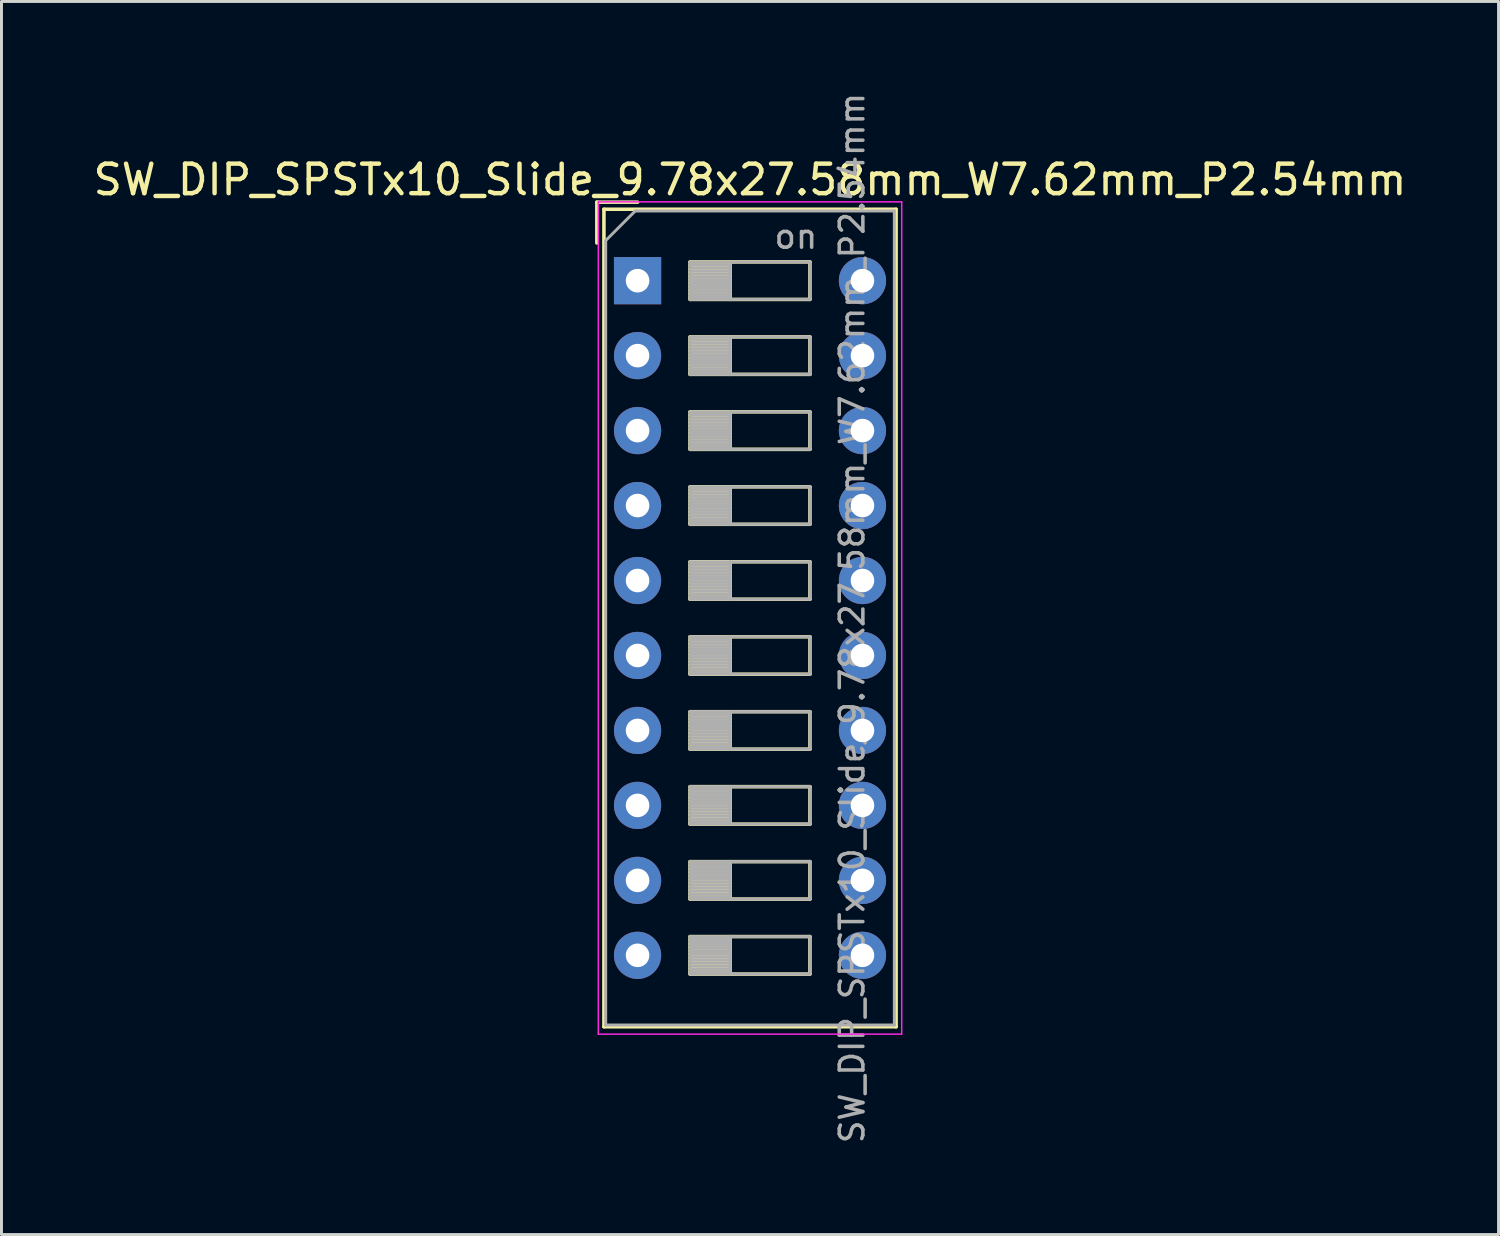
<source format=kicad_pcb>
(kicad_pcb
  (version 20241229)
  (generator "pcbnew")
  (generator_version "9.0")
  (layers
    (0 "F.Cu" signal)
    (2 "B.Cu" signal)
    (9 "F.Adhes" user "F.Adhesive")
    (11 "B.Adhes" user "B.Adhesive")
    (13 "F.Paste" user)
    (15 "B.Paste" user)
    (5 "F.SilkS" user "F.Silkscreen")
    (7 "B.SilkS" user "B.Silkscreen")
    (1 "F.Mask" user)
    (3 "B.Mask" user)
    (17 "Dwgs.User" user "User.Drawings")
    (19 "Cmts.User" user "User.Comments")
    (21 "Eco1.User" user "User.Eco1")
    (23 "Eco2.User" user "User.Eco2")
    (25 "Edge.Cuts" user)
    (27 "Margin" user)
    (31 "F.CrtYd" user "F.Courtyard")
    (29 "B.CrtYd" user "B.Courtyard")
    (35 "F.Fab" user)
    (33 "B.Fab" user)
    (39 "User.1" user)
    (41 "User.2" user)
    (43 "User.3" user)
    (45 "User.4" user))
  (footprint "SW_DIP_SPSTx10_Slide_9.78x27.58mm_W7.62mm_P2.54mm"
    (layer "F.Cu")
    (at 18.553 6.46)
    (property "Reference" "SW_DIP_SPSTx10_Slide_9.78x27.58mm_W7.62mm_P2.54mm" (at 3.81 -3.42 0) (layer "F.SilkS") (effects (font (size 1 1) (thickness 0.15))))
    (attr through_hole)
    (fp_line (start -1.38 -2.66) (end -1.38 -1.277) (stroke (width 0.12) (type solid)) (layer "F.SilkS"))
    (fp_line (start -1.38 -2.66) (end 0.003 -2.66) (stroke (width 0.12) (type solid)) (layer "F.SilkS"))
    (fp_line (start -1.14 -2.42) (end -1.14 25.28) (stroke (width 0.12) (type solid)) (layer "F.SilkS"))
    (fp_line (start -1.14 -2.42) (end 8.76 -2.42) (stroke (width 0.12) (type solid)) (layer "F.SilkS"))
    (fp_line (start -1.14 25.28) (end 8.76 25.28) (stroke (width 0.12) (type solid)) (layer "F.SilkS"))
    (fp_line (start 1.78 -0.635) (end 1.78 0.635) (stroke (width 0.12) (type solid)) (layer "F.SilkS"))
    (fp_line (start 1.78 -0.515) (end 3.133 -0.515) (stroke (width 0.12) (type solid)) (layer "F.SilkS"))
    (fp_line (start 1.78 -0.395) (end 3.133 -0.395) (stroke (width 0.12) (type solid)) (layer "F.SilkS"))
    (fp_line (start 1.78 -0.275) (end 3.133 -0.275) (stroke (width 0.12) (type solid)) (layer "F.SilkS"))
    (fp_line (start 1.78 -0.155) (end 3.133 -0.155) (stroke (width 0.12) (type solid)) (layer "F.SilkS"))
    (fp_line (start 1.78 -0.035) (end 3.133 -0.035) (stroke (width 0.12) (type solid)) (layer "F.SilkS"))
    (fp_line (start 1.78 0.085) (end 3.133 0.085) (stroke (width 0.12) (type solid)) (layer "F.SilkS"))
    (fp_line (start 1.78 0.205) (end 3.133 0.205) (stroke (width 0.12) (type solid)) (layer "F.SilkS"))
    (fp_line (start 1.78 0.325) (end 3.133 0.325) (stroke (width 0.12) (type solid)) (layer "F.SilkS"))
    (fp_line (start 1.78 0.445) (end 3.133 0.445) (stroke (width 0.12) (type solid)) (layer "F.SilkS"))
    (fp_line (start 1.78 0.565) (end 3.133 0.565) (stroke (width 0.12) (type solid)) (layer "F.SilkS"))
    (fp_line (start 1.78 0.635) (end 5.84 0.635) (stroke (width 0.12) (type solid)) (layer "F.SilkS"))
    (fp_line (start 1.78 1.905) (end 1.78 3.175) (stroke (width 0.12) (type solid)) (layer "F.SilkS"))
    (fp_line (start 1.78 2.025) (end 3.133 2.025) (stroke (width 0.12) (type solid)) (layer "F.SilkS"))
    (fp_line (start 1.78 2.145) (end 3.133 2.145) (stroke (width 0.12) (type solid)) (layer "F.SilkS"))
    (fp_line (start 1.78 2.265) (end 3.133 2.265) (stroke (width 0.12) (type solid)) (layer "F.SilkS"))
    (fp_line (start 1.78 2.385) (end 3.133 2.385) (stroke (width 0.12) (type solid)) (layer "F.SilkS"))
    (fp_line (start 1.78 2.505) (end 3.133 2.505) (stroke (width 0.12) (type solid)) (layer "F.SilkS"))
    (fp_line (start 1.78 2.625) (end 3.133 2.625) (stroke (width 0.12) (type solid)) (layer "F.SilkS"))
    (fp_line (start 1.78 2.745) (end 3.133 2.745) (stroke (width 0.12) (type solid)) (layer "F.SilkS"))
    (fp_line (start 1.78 2.865) (end 3.133 2.865) (stroke (width 0.12) (type solid)) (layer "F.SilkS"))
    (fp_line (start 1.78 2.985) (end 3.133 2.985) (stroke (width 0.12) (type solid)) (layer "F.SilkS"))
    (fp_line (start 1.78 3.105) (end 3.133 3.105) (stroke (width 0.12) (type solid)) (layer "F.SilkS"))
    (fp_line (start 1.78 3.175) (end 5.84 3.175) (stroke (width 0.12) (type solid)) (layer "F.SilkS"))
    (fp_line (start 1.78 4.445) (end 1.78 5.715) (stroke (width 0.12) (type solid)) (layer "F.SilkS"))
    (fp_line (start 1.78 4.565) (end 3.133 4.565) (stroke (width 0.12) (type solid)) (layer "F.SilkS"))
    (fp_line (start 1.78 4.685) (end 3.133 4.685) (stroke (width 0.12) (type solid)) (layer "F.SilkS"))
    (fp_line (start 1.78 4.805) (end 3.133 4.805) (stroke (width 0.12) (type solid)) (layer "F.SilkS"))
    (fp_line (start 1.78 4.925) (end 3.133 4.925) (stroke (width 0.12) (type solid)) (layer "F.SilkS"))
    (fp_line (start 1.78 5.045) (end 3.133 5.045) (stroke (width 0.12) (type solid)) (layer "F.SilkS"))
    (fp_line (start 1.78 5.165) (end 3.133 5.165) (stroke (width 0.12) (type solid)) (layer "F.SilkS"))
    (fp_line (start 1.78 5.285) (end 3.133 5.285) (stroke (width 0.12) (type solid)) (layer "F.SilkS"))
    (fp_line (start 1.78 5.405) (end 3.133 5.405) (stroke (width 0.12) (type solid)) (layer "F.SilkS"))
    (fp_line (start 1.78 5.525) (end 3.133 5.525) (stroke (width 0.12) (type solid)) (layer "F.SilkS"))
    (fp_line (start 1.78 5.645) (end 3.133 5.645) (stroke (width 0.12) (type solid)) (layer "F.SilkS"))
    (fp_line (start 1.78 5.715) (end 5.84 5.715) (stroke (width 0.12) (type solid)) (layer "F.SilkS"))
    (fp_line (start 1.78 6.985) (end 1.78 8.255) (stroke (width 0.12) (type solid)) (layer "F.SilkS"))
    (fp_line (start 1.78 7.105) (end 3.133 7.105) (stroke (width 0.12) (type solid)) (layer "F.SilkS"))
    (fp_line (start 1.78 7.225) (end 3.133 7.225) (stroke (width 0.12) (type solid)) (layer "F.SilkS"))
    (fp_line (start 1.78 7.345) (end 3.133 7.345) (stroke (width 0.12) (type solid)) (layer "F.SilkS"))
    (fp_line (start 1.78 7.465) (end 3.133 7.465) (stroke (width 0.12) (type solid)) (layer "F.SilkS"))
    (fp_line (start 1.78 7.585) (end 3.133 7.585) (stroke (width 0.12) (type solid)) (layer "F.SilkS"))
    (fp_line (start 1.78 7.705) (end 3.133 7.705) (stroke (width 0.12) (type solid)) (layer "F.SilkS"))
    (fp_line (start 1.78 7.825) (end 3.133 7.825) (stroke (width 0.12) (type solid)) (layer "F.SilkS"))
    (fp_line (start 1.78 7.945) (end 3.133 7.945) (stroke (width 0.12) (type solid)) (layer "F.SilkS"))
    (fp_line (start 1.78 8.065) (end 3.133 8.065) (stroke (width 0.12) (type solid)) (layer "F.SilkS"))
    (fp_line (start 1.78 8.185) (end 3.133 8.185) (stroke (width 0.12) (type solid)) (layer "F.SilkS"))
    (fp_line (start 1.78 8.255) (end 5.84 8.255) (stroke (width 0.12) (type solid)) (layer "F.SilkS"))
    (fp_line (start 1.78 9.525) (end 1.78 10.795) (stroke (width 0.12) (type solid)) (layer "F.SilkS"))
    (fp_line (start 1.78 9.645) (end 3.133 9.645) (stroke (width 0.12) (type solid)) (layer "F.SilkS"))
    (fp_line (start 1.78 9.765) (end 3.133 9.765) (stroke (width 0.12) (type solid)) (layer "F.SilkS"))
    (fp_line (start 1.78 9.885) (end 3.133 9.885) (stroke (width 0.12) (type solid)) (layer "F.SilkS"))
    (fp_line (start 1.78 10.005) (end 3.133 10.005) (stroke (width 0.12) (type solid)) (layer "F.SilkS"))
    (fp_line (start 1.78 10.125) (end 3.133 10.125) (stroke (width 0.12) (type solid)) (layer "F.SilkS"))
    (fp_line (start 1.78 10.245) (end 3.133 10.245) (stroke (width 0.12) (type solid)) (layer "F.SilkS"))
    (fp_line (start 1.78 10.365) (end 3.133 10.365) (stroke (width 0.12) (type solid)) (layer "F.SilkS"))
    (fp_line (start 1.78 10.485) (end 3.133 10.485) (stroke (width 0.12) (type solid)) (layer "F.SilkS"))
    (fp_line (start 1.78 10.605) (end 3.133 10.605) (stroke (width 0.12) (type solid)) (layer "F.SilkS"))
    (fp_line (start 1.78 10.725) (end 3.133 10.725) (stroke (width 0.12) (type solid)) (layer "F.SilkS"))
    (fp_line (start 1.78 10.795) (end 5.84 10.795) (stroke (width 0.12) (type solid)) (layer "F.SilkS"))
    (fp_line (start 1.78 12.065) (end 1.78 13.335) (stroke (width 0.12) (type solid)) (layer "F.SilkS"))
    (fp_line (start 1.78 12.185) (end 3.133 12.185) (stroke (width 0.12) (type solid)) (layer "F.SilkS"))
    (fp_line (start 1.78 12.305) (end 3.133 12.305) (stroke (width 0.12) (type solid)) (layer "F.SilkS"))
    (fp_line (start 1.78 12.425) (end 3.133 12.425) (stroke (width 0.12) (type solid)) (layer "F.SilkS"))
    (fp_line (start 1.78 12.545) (end 3.133 12.545) (stroke (width 0.12) (type solid)) (layer "F.SilkS"))
    (fp_line (start 1.78 12.665) (end 3.133 12.665) (stroke (width 0.12) (type solid)) (layer "F.SilkS"))
    (fp_line (start 1.78 12.785) (end 3.133 12.785) (stroke (width 0.12) (type solid)) (layer "F.SilkS"))
    (fp_line (start 1.78 12.905) (end 3.133 12.905) (stroke (width 0.12) (type solid)) (layer "F.SilkS"))
    (fp_line (start 1.78 13.025) (end 3.133 13.025) (stroke (width 0.12) (type solid)) (layer "F.SilkS"))
    (fp_line (start 1.78 13.145) (end 3.133 13.145) (stroke (width 0.12) (type solid)) (layer "F.SilkS"))
    (fp_line (start 1.78 13.265) (end 3.133 13.265) (stroke (width 0.12) (type solid)) (layer "F.SilkS"))
    (fp_line (start 1.78 13.335) (end 5.84 13.335) (stroke (width 0.12) (type solid)) (layer "F.SilkS"))
    (fp_line (start 1.78 14.605) (end 1.78 15.875) (stroke (width 0.12) (type solid)) (layer "F.SilkS"))
    (fp_line (start 1.78 14.725) (end 3.133 14.725) (stroke (width 0.12) (type solid)) (layer "F.SilkS"))
    (fp_line (start 1.78 14.845) (end 3.133 14.845) (stroke (width 0.12) (type solid)) (layer "F.SilkS"))
    (fp_line (start 1.78 14.965) (end 3.133 14.965) (stroke (width 0.12) (type solid)) (layer "F.SilkS"))
    (fp_line (start 1.78 15.085) (end 3.133 15.085) (stroke (width 0.12) (type solid)) (layer "F.SilkS"))
    (fp_line (start 1.78 15.205) (end 3.133 15.205) (stroke (width 0.12) (type solid)) (layer "F.SilkS"))
    (fp_line (start 1.78 15.325) (end 3.133 15.325) (stroke (width 0.12) (type solid)) (layer "F.SilkS"))
    (fp_line (start 1.78 15.445) (end 3.133 15.445) (stroke (width 0.12) (type solid)) (layer "F.SilkS"))
    (fp_line (start 1.78 15.565) (end 3.133 15.565) (stroke (width 0.12) (type solid)) (layer "F.SilkS"))
    (fp_line (start 1.78 15.685) (end 3.133 15.685) (stroke (width 0.12) (type solid)) (layer "F.SilkS"))
    (fp_line (start 1.78 15.805) (end 3.133 15.805) (stroke (width 0.12) (type solid)) (layer "F.SilkS"))
    (fp_line (start 1.78 15.875) (end 5.84 15.875) (stroke (width 0.12) (type solid)) (layer "F.SilkS"))
    (fp_line (start 1.78 17.145) (end 1.78 18.415) (stroke (width 0.12) (type solid)) (layer "F.SilkS"))
    (fp_line (start 1.78 17.265) (end 3.133 17.265) (stroke (width 0.12) (type solid)) (layer "F.SilkS"))
    (fp_line (start 1.78 17.385) (end 3.133 17.385) (stroke (width 0.12) (type solid)) (layer "F.SilkS"))
    (fp_line (start 1.78 17.505) (end 3.133 17.505) (stroke (width 0.12) (type solid)) (layer "F.SilkS"))
    (fp_line (start 1.78 17.625) (end 3.133 17.625) (stroke (width 0.12) (type solid)) (layer "F.SilkS"))
    (fp_line (start 1.78 17.745) (end 3.133 17.745) (stroke (width 0.12) (type solid)) (layer "F.SilkS"))
    (fp_line (start 1.78 17.865) (end 3.133 17.865) (stroke (width 0.12) (type solid)) (layer "F.SilkS"))
    (fp_line (start 1.78 17.985) (end 3.133 17.985) (stroke (width 0.12) (type solid)) (layer "F.SilkS"))
    (fp_line (start 1.78 18.105) (end 3.133 18.105) (stroke (width 0.12) (type solid)) (layer "F.SilkS"))
    (fp_line (start 1.78 18.225) (end 3.133 18.225) (stroke (width 0.12) (type solid)) (layer "F.SilkS"))
    (fp_line (start 1.78 18.345) (end 3.133 18.345) (stroke (width 0.12) (type solid)) (layer "F.SilkS"))
    (fp_line (start 1.78 18.415) (end 5.84 18.415) (stroke (width 0.12) (type solid)) (layer "F.SilkS"))
    (fp_line (start 1.78 19.685) (end 1.78 20.955) (stroke (width 0.12) (type solid)) (layer "F.SilkS"))
    (fp_line (start 1.78 19.805) (end 3.133 19.805) (stroke (width 0.12) (type solid)) (layer "F.SilkS"))
    (fp_line (start 1.78 19.925) (end 3.133 19.925) (stroke (width 0.12) (type solid)) (layer "F.SilkS"))
    (fp_line (start 1.78 20.045) (end 3.133 20.045) (stroke (width 0.12) (type solid)) (layer "F.SilkS"))
    (fp_line (start 1.78 20.165) (end 3.133 20.165) (stroke (width 0.12) (type solid)) (layer "F.SilkS"))
    (fp_line (start 1.78 20.285) (end 3.133 20.285) (stroke (width 0.12) (type solid)) (layer "F.SilkS"))
    (fp_line (start 1.78 20.405) (end 3.133 20.405) (stroke (width 0.12) (type solid)) (layer "F.SilkS"))
    (fp_line (start 1.78 20.525) (end 3.133 20.525) (stroke (width 0.12) (type solid)) (layer "F.SilkS"))
    (fp_line (start 1.78 20.645) (end 3.133 20.645) (stroke (width 0.12) (type solid)) (layer "F.SilkS"))
    (fp_line (start 1.78 20.765) (end 3.133 20.765) (stroke (width 0.12) (type solid)) (layer "F.SilkS"))
    (fp_line (start 1.78 20.885) (end 3.133 20.885) (stroke (width 0.12) (type solid)) (layer "F.SilkS"))
    (fp_line (start 1.78 20.955) (end 5.84 20.955) (stroke (width 0.12) (type solid)) (layer "F.SilkS"))
    (fp_line (start 1.78 22.225) (end 1.78 23.495) (stroke (width 0.12) (type solid)) (layer "F.SilkS"))
    (fp_line (start 1.78 22.345) (end 3.133 22.345) (stroke (width 0.12) (type solid)) (layer "F.SilkS"))
    (fp_line (start 1.78 22.465) (end 3.133 22.465) (stroke (width 0.12) (type solid)) (layer "F.SilkS"))
    (fp_line (start 1.78 22.585) (end 3.133 22.585) (stroke (width 0.12) (type solid)) (layer "F.SilkS"))
    (fp_line (start 1.78 22.705) (end 3.133 22.705) (stroke (width 0.12) (type solid)) (layer "F.SilkS"))
    (fp_line (start 1.78 22.825) (end 3.133 22.825) (stroke (width 0.12) (type solid)) (layer "F.SilkS"))
    (fp_line (start 1.78 22.945) (end 3.133 22.945) (stroke (width 0.12) (type solid)) (layer "F.SilkS"))
    (fp_line (start 1.78 23.065) (end 3.133 23.065) (stroke (width 0.12) (type solid)) (layer "F.SilkS"))
    (fp_line (start 1.78 23.185) (end 3.133 23.185) (stroke (width 0.12) (type solid)) (layer "F.SilkS"))
    (fp_line (start 1.78 23.305) (end 3.133 23.305) (stroke (width 0.12) (type solid)) (layer "F.SilkS"))
    (fp_line (start 1.78 23.425) (end 3.133 23.425) (stroke (width 0.12) (type solid)) (layer "F.SilkS"))
    (fp_line (start 1.78 23.495) (end 5.84 23.495) (stroke (width 0.12) (type solid)) (layer "F.SilkS"))
    (fp_line (start 3.133 -0.635) (end 3.133 0.635) (stroke (width 0.12) (type solid)) (layer "F.SilkS"))
    (fp_line (start 3.133 1.905) (end 3.133 3.175) (stroke (width 0.12) (type solid)) (layer "F.SilkS"))
    (fp_line (start 3.133 4.445) (end 3.133 5.715) (stroke (width 0.12) (type solid)) (layer "F.SilkS"))
    (fp_line (start 3.133 6.985) (end 3.133 8.255) (stroke (width 0.12) (type solid)) (layer "F.SilkS"))
    (fp_line (start 3.133 9.525) (end 3.133 10.795) (stroke (width 0.12) (type solid)) (layer "F.SilkS"))
    (fp_line (start 3.133 12.065) (end 3.133 13.335) (stroke (width 0.12) (type solid)) (layer "F.SilkS"))
    (fp_line (start 3.133 14.605) (end 3.133 15.875) (stroke (width 0.12) (type solid)) (layer "F.SilkS"))
    (fp_line (start 3.133 17.145) (end 3.133 18.415) (stroke (width 0.12) (type solid)) (layer "F.SilkS"))
    (fp_line (start 3.133 19.685) (end 3.133 20.955) (stroke (width 0.12) (type solid)) (layer "F.SilkS"))
    (fp_line (start 3.133 22.225) (end 3.133 23.495) (stroke (width 0.12) (type solid)) (layer "F.SilkS"))
    (fp_line (start 5.84 -0.635) (end 1.78 -0.635) (stroke (width 0.12) (type solid)) (layer "F.SilkS"))
    (fp_line (start 5.84 0.635) (end 5.84 -0.635) (stroke (width 0.12) (type solid)) (layer "F.SilkS"))
    (fp_line (start 5.84 1.905) (end 1.78 1.905) (stroke (width 0.12) (type solid)) (layer "F.SilkS"))
    (fp_line (start 5.84 3.175) (end 5.84 1.905) (stroke (width 0.12) (type solid)) (layer "F.SilkS"))
    (fp_line (start 5.84 4.445) (end 1.78 4.445) (stroke (width 0.12) (type solid)) (layer "F.SilkS"))
    (fp_line (start 5.84 5.715) (end 5.84 4.445) (stroke (width 0.12) (type solid)) (layer "F.SilkS"))
    (fp_line (start 5.84 6.985) (end 1.78 6.985) (stroke (width 0.12) (type solid)) (layer "F.SilkS"))
    (fp_line (start 5.84 8.255) (end 5.84 6.985) (stroke (width 0.12) (type solid)) (layer "F.SilkS"))
    (fp_line (start 5.84 9.525) (end 1.78 9.525) (stroke (width 0.12) (type solid)) (layer "F.SilkS"))
    (fp_line (start 5.84 10.795) (end 5.84 9.525) (stroke (width 0.12) (type solid)) (layer "F.SilkS"))
    (fp_line (start 5.84 12.065) (end 1.78 12.065) (stroke (width 0.12) (type solid)) (layer "F.SilkS"))
    (fp_line (start 5.84 13.335) (end 5.84 12.065) (stroke (width 0.12) (type solid)) (layer "F.SilkS"))
    (fp_line (start 5.84 14.605) (end 1.78 14.605) (stroke (width 0.12) (type solid)) (layer "F.SilkS"))
    (fp_line (start 5.84 15.875) (end 5.84 14.605) (stroke (width 0.12) (type solid)) (layer "F.SilkS"))
    (fp_line (start 5.84 17.145) (end 1.78 17.145) (stroke (width 0.12) (type solid)) (layer "F.SilkS"))
    (fp_line (start 5.84 18.415) (end 5.84 17.145) (stroke (width 0.12) (type solid)) (layer "F.SilkS"))
    (fp_line (start 5.84 19.685) (end 1.78 19.685) (stroke (width 0.12) (type solid)) (layer "F.SilkS"))
    (fp_line (start 5.84 20.955) (end 5.84 19.685) (stroke (width 0.12) (type solid)) (layer "F.SilkS"))
    (fp_line (start 5.84 22.225) (end 1.78 22.225) (stroke (width 0.12) (type solid)) (layer "F.SilkS"))
    (fp_line (start 5.84 23.495) (end 5.84 22.225) (stroke (width 0.12) (type solid)) (layer "F.SilkS"))
    (fp_line (start 8.76 -2.42) (end 8.76 25.28) (stroke (width 0.12) (type solid)) (layer "F.SilkS"))
    (fp_line (start -1.33 -2.67) (end -1.33 25.53) (stroke (width 0.05) (type solid)) (layer "F.CrtYd"))
    (fp_line (start -1.33 25.53) (end 8.95 25.53) (stroke (width 0.05) (type solid)) (layer "F.CrtYd"))
    (fp_line (start 8.95 -2.67) (end -1.33 -2.67) (stroke (width 0.05) (type solid)) (layer "F.CrtYd"))
    (fp_line (start 8.95 25.53) (end 8.95 -2.67) (stroke (width 0.05) (type solid)) (layer "F.CrtYd"))
    (fp_line (start -1.08 -1.36) (end -0.08 -2.36) (stroke (width 0.1) (type solid)) (layer "F.Fab"))
    (fp_line (start -1.08 25.22) (end -1.08 -1.36) (stroke (width 0.1) (type solid)) (layer "F.Fab"))
    (fp_line (start -0.08 -2.36) (end 8.7 -2.36) (stroke (width 0.1) (type solid)) (layer "F.Fab"))
    (fp_line (start 1.78 -0.635) (end 1.78 0.635) (stroke (width 0.1) (type solid)) (layer "F.Fab"))
    (fp_line (start 1.78 -0.535) (end 3.133 -0.535) (stroke (width 0.1) (type solid)) (layer "F.Fab"))
    (fp_line (start 1.78 -0.435) (end 3.133 -0.435) (stroke (width 0.1) (type solid)) (layer "F.Fab"))
    (fp_line (start 1.78 -0.335) (end 3.133 -0.335) (stroke (width 0.1) (type solid)) (layer "F.Fab"))
    (fp_line (start 1.78 -0.235) (end 3.133 -0.235) (stroke (width 0.1) (type solid)) (layer "F.Fab"))
    (fp_line (start 1.78 -0.135) (end 3.133 -0.135) (stroke (width 0.1) (type solid)) (layer "F.Fab"))
    (fp_line (start 1.78 -0.035) (end 3.133 -0.035) (stroke (width 0.1) (type solid)) (layer "F.Fab"))
    (fp_line (start 1.78 0.065) (end 3.133 0.065) (stroke (width 0.1) (type solid)) (layer "F.Fab"))
    (fp_line (start 1.78 0.165) (end 3.133 0.165) (stroke (width 0.1) (type solid)) (layer "F.Fab"))
    (fp_line (start 1.78 0.265) (end 3.133 0.265) (stroke (width 0.1) (type solid)) (layer "F.Fab"))
    (fp_line (start 1.78 0.365) (end 3.133 0.365) (stroke (width 0.1) (type solid)) (layer "F.Fab"))
    (fp_line (start 1.78 0.465) (end 3.133 0.465) (stroke (width 0.1) (type solid)) (layer "F.Fab"))
    (fp_line (start 1.78 0.565) (end 3.133 0.565) (stroke (width 0.1) (type solid)) (layer "F.Fab"))
    (fp_line (start 1.78 0.635) (end 5.84 0.635) (stroke (width 0.1) (type solid)) (layer "F.Fab"))
    (fp_line (start 1.78 1.905) (end 1.78 3.175) (stroke (width 0.1) (type solid)) (layer "F.Fab"))
    (fp_line (start 1.78 2.005) (end 3.133 2.005) (stroke (width 0.1) (type solid)) (layer "F.Fab"))
    (fp_line (start 1.78 2.105) (end 3.133 2.105) (stroke (width 0.1) (type solid)) (layer "F.Fab"))
    (fp_line (start 1.78 2.205) (end 3.133 2.205) (stroke (width 0.1) (type solid)) (layer "F.Fab"))
    (fp_line (start 1.78 2.305) (end 3.133 2.305) (stroke (width 0.1) (type solid)) (layer "F.Fab"))
    (fp_line (start 1.78 2.405) (end 3.133 2.405) (stroke (width 0.1) (type solid)) (layer "F.Fab"))
    (fp_line (start 1.78 2.505) (end 3.133 2.505) (stroke (width 0.1) (type solid)) (layer "F.Fab"))
    (fp_line (start 1.78 2.605) (end 3.133 2.605) (stroke (width 0.1) (type solid)) (layer "F.Fab"))
    (fp_line (start 1.78 2.705) (end 3.133 2.705) (stroke (width 0.1) (type solid)) (layer "F.Fab"))
    (fp_line (start 1.78 2.805) (end 3.133 2.805) (stroke (width 0.1) (type solid)) (layer "F.Fab"))
    (fp_line (start 1.78 2.905) (end 3.133 2.905) (stroke (width 0.1) (type solid)) (layer "F.Fab"))
    (fp_line (start 1.78 3.005) (end 3.133 3.005) (stroke (width 0.1) (type solid)) (layer "F.Fab"))
    (fp_line (start 1.78 3.105) (end 3.133 3.105) (stroke (width 0.1) (type solid)) (layer "F.Fab"))
    (fp_line (start 1.78 3.175) (end 5.84 3.175) (stroke (width 0.1) (type solid)) (layer "F.Fab"))
    (fp_line (start 1.78 4.445) (end 1.78 5.715) (stroke (width 0.1) (type solid)) (layer "F.Fab"))
    (fp_line (start 1.78 4.545) (end 3.133 4.545) (stroke (width 0.1) (type solid)) (layer "F.Fab"))
    (fp_line (start 1.78 4.645) (end 3.133 4.645) (stroke (width 0.1) (type solid)) (layer "F.Fab"))
    (fp_line (start 1.78 4.745) (end 3.133 4.745) (stroke (width 0.1) (type solid)) (layer "F.Fab"))
    (fp_line (start 1.78 4.845) (end 3.133 4.845) (stroke (width 0.1) (type solid)) (layer "F.Fab"))
    (fp_line (start 1.78 4.945) (end 3.133 4.945) (stroke (width 0.1) (type solid)) (layer "F.Fab"))
    (fp_line (start 1.78 5.045) (end 3.133 5.045) (stroke (width 0.1) (type solid)) (layer "F.Fab"))
    (fp_line (start 1.78 5.145) (end 3.133 5.145) (stroke (width 0.1) (type solid)) (layer "F.Fab"))
    (fp_line (start 1.78 5.245) (end 3.133 5.245) (stroke (width 0.1) (type solid)) (layer "F.Fab"))
    (fp_line (start 1.78 5.345) (end 3.133 5.345) (stroke (width 0.1) (type solid)) (layer "F.Fab"))
    (fp_line (start 1.78 5.445) (end 3.133 5.445) (stroke (width 0.1) (type solid)) (layer "F.Fab"))
    (fp_line (start 1.78 5.545) (end 3.133 5.545) (stroke (width 0.1) (type solid)) (layer "F.Fab"))
    (fp_line (start 1.78 5.645) (end 3.133 5.645) (stroke (width 0.1) (type solid)) (layer "F.Fab"))
    (fp_line (start 1.78 5.715) (end 5.84 5.715) (stroke (width 0.1) (type solid)) (layer "F.Fab"))
    (fp_line (start 1.78 6.985) (end 1.78 8.255) (stroke (width 0.1) (type solid)) (layer "F.Fab"))
    (fp_line (start 1.78 7.085) (end 3.133 7.085) (stroke (width 0.1) (type solid)) (layer "F.Fab"))
    (fp_line (start 1.78 7.185) (end 3.133 7.185) (stroke (width 0.1) (type solid)) (layer "F.Fab"))
    (fp_line (start 1.78 7.285) (end 3.133 7.285) (stroke (width 0.1) (type solid)) (layer "F.Fab"))
    (fp_line (start 1.78 7.385) (end 3.133 7.385) (stroke (width 0.1) (type solid)) (layer "F.Fab"))
    (fp_line (start 1.78 7.485) (end 3.133 7.485) (stroke (width 0.1) (type solid)) (layer "F.Fab"))
    (fp_line (start 1.78 7.585) (end 3.133 7.585) (stroke (width 0.1) (type solid)) (layer "F.Fab"))
    (fp_line (start 1.78 7.685) (end 3.133 7.685) (stroke (width 0.1) (type solid)) (layer "F.Fab"))
    (fp_line (start 1.78 7.785) (end 3.133 7.785) (stroke (width 0.1) (type solid)) (layer "F.Fab"))
    (fp_line (start 1.78 7.885) (end 3.133 7.885) (stroke (width 0.1) (type solid)) (layer "F.Fab"))
    (fp_line (start 1.78 7.985) (end 3.133 7.985) (stroke (width 0.1) (type solid)) (layer "F.Fab"))
    (fp_line (start 1.78 8.085) (end 3.133 8.085) (stroke (width 0.1) (type solid)) (layer "F.Fab"))
    (fp_line (start 1.78 8.185) (end 3.133 8.185) (stroke (width 0.1) (type solid)) (layer "F.Fab"))
    (fp_line (start 1.78 8.255) (end 5.84 8.255) (stroke (width 0.1) (type solid)) (layer "F.Fab"))
    (fp_line (start 1.78 9.525) (end 1.78 10.795) (stroke (width 0.1) (type solid)) (layer "F.Fab"))
    (fp_line (start 1.78 9.625) (end 3.133 9.625) (stroke (width 0.1) (type solid)) (layer "F.Fab"))
    (fp_line (start 1.78 9.725) (end 3.133 9.725) (stroke (width 0.1) (type solid)) (layer "F.Fab"))
    (fp_line (start 1.78 9.825) (end 3.133 9.825) (stroke (width 0.1) (type solid)) (layer "F.Fab"))
    (fp_line (start 1.78 9.925) (end 3.133 9.925) (stroke (width 0.1) (type solid)) (layer "F.Fab"))
    (fp_line (start 1.78 10.025) (end 3.133 10.025) (stroke (width 0.1) (type solid)) (layer "F.Fab"))
    (fp_line (start 1.78 10.125) (end 3.133 10.125) (stroke (width 0.1) (type solid)) (layer "F.Fab"))
    (fp_line (start 1.78 10.225) (end 3.133 10.225) (stroke (width 0.1) (type solid)) (layer "F.Fab"))
    (fp_line (start 1.78 10.325) (end 3.133 10.325) (stroke (width 0.1) (type solid)) (layer "F.Fab"))
    (fp_line (start 1.78 10.425) (end 3.133 10.425) (stroke (width 0.1) (type solid)) (layer "F.Fab"))
    (fp_line (start 1.78 10.525) (end 3.133 10.525) (stroke (width 0.1) (type solid)) (layer "F.Fab"))
    (fp_line (start 1.78 10.625) (end 3.133 10.625) (stroke (width 0.1) (type solid)) (layer "F.Fab"))
    (fp_line (start 1.78 10.725) (end 3.133 10.725) (stroke (width 0.1) (type solid)) (layer "F.Fab"))
    (fp_line (start 1.78 10.795) (end 5.84 10.795) (stroke (width 0.1) (type solid)) (layer "F.Fab"))
    (fp_line (start 1.78 12.065) (end 1.78 13.335) (stroke (width 0.1) (type solid)) (layer "F.Fab"))
    (fp_line (start 1.78 12.165) (end 3.133 12.165) (stroke (width 0.1) (type solid)) (layer "F.Fab"))
    (fp_line (start 1.78 12.265) (end 3.133 12.265) (stroke (width 0.1) (type solid)) (layer "F.Fab"))
    (fp_line (start 1.78 12.365) (end 3.133 12.365) (stroke (width 0.1) (type solid)) (layer "F.Fab"))
    (fp_line (start 1.78 12.465) (end 3.133 12.465) (stroke (width 0.1) (type solid)) (layer "F.Fab"))
    (fp_line (start 1.78 12.565) (end 3.133 12.565) (stroke (width 0.1) (type solid)) (layer "F.Fab"))
    (fp_line (start 1.78 12.665) (end 3.133 12.665) (stroke (width 0.1) (type solid)) (layer "F.Fab"))
    (fp_line (start 1.78 12.765) (end 3.133 12.765) (stroke (width 0.1) (type solid)) (layer "F.Fab"))
    (fp_line (start 1.78 12.865) (end 3.133 12.865) (stroke (width 0.1) (type solid)) (layer "F.Fab"))
    (fp_line (start 1.78 12.965) (end 3.133 12.965) (stroke (width 0.1) (type solid)) (layer "F.Fab"))
    (fp_line (start 1.78 13.065) (end 3.133 13.065) (stroke (width 0.1) (type solid)) (layer "F.Fab"))
    (fp_line (start 1.78 13.165) (end 3.133 13.165) (stroke (width 0.1) (type solid)) (layer "F.Fab"))
    (fp_line (start 1.78 13.265) (end 3.133 13.265) (stroke (width 0.1) (type solid)) (layer "F.Fab"))
    (fp_line (start 1.78 13.335) (end 5.84 13.335) (stroke (width 0.1) (type solid)) (layer "F.Fab"))
    (fp_line (start 1.78 14.605) (end 1.78 15.875) (stroke (width 0.1) (type solid)) (layer "F.Fab"))
    (fp_line (start 1.78 14.705) (end 3.133 14.705) (stroke (width 0.1) (type solid)) (layer "F.Fab"))
    (fp_line (start 1.78 14.805) (end 3.133 14.805) (stroke (width 0.1) (type solid)) (layer "F.Fab"))
    (fp_line (start 1.78 14.905) (end 3.133 14.905) (stroke (width 0.1) (type solid)) (layer "F.Fab"))
    (fp_line (start 1.78 15.005) (end 3.133 15.005) (stroke (width 0.1) (type solid)) (layer "F.Fab"))
    (fp_line (start 1.78 15.105) (end 3.133 15.105) (stroke (width 0.1) (type solid)) (layer "F.Fab"))
    (fp_line (start 1.78 15.205) (end 3.133 15.205) (stroke (width 0.1) (type solid)) (layer "F.Fab"))
    (fp_line (start 1.78 15.305) (end 3.133 15.305) (stroke (width 0.1) (type solid)) (layer "F.Fab"))
    (fp_line (start 1.78 15.405) (end 3.133 15.405) (stroke (width 0.1) (type solid)) (layer "F.Fab"))
    (fp_line (start 1.78 15.505) (end 3.133 15.505) (stroke (width 0.1) (type solid)) (layer "F.Fab"))
    (fp_line (start 1.78 15.605) (end 3.133 15.605) (stroke (width 0.1) (type solid)) (layer "F.Fab"))
    (fp_line (start 1.78 15.705) (end 3.133 15.705) (stroke (width 0.1) (type solid)) (layer "F.Fab"))
    (fp_line (start 1.78 15.805) (end 3.133 15.805) (stroke (width 0.1) (type solid)) (layer "F.Fab"))
    (fp_line (start 1.78 15.875) (end 5.84 15.875) (stroke (width 0.1) (type solid)) (layer "F.Fab"))
    (fp_line (start 1.78 17.145) (end 1.78 18.415) (stroke (width 0.1) (type solid)) (layer "F.Fab"))
    (fp_line (start 1.78 17.245) (end 3.133 17.245) (stroke (width 0.1) (type solid)) (layer "F.Fab"))
    (fp_line (start 1.78 17.345) (end 3.133 17.345) (stroke (width 0.1) (type solid)) (layer "F.Fab"))
    (fp_line (start 1.78 17.445) (end 3.133 17.445) (stroke (width 0.1) (type solid)) (layer "F.Fab"))
    (fp_line (start 1.78 17.545) (end 3.133 17.545) (stroke (width 0.1) (type solid)) (layer "F.Fab"))
    (fp_line (start 1.78 17.645) (end 3.133 17.645) (stroke (width 0.1) (type solid)) (layer "F.Fab"))
    (fp_line (start 1.78 17.745) (end 3.133 17.745) (stroke (width 0.1) (type solid)) (layer "F.Fab"))
    (fp_line (start 1.78 17.845) (end 3.133 17.845) (stroke (width 0.1) (type solid)) (layer "F.Fab"))
    (fp_line (start 1.78 17.945) (end 3.133 17.945) (stroke (width 0.1) (type solid)) (layer "F.Fab"))
    (fp_line (start 1.78 18.045) (end 3.133 18.045) (stroke (width 0.1) (type solid)) (layer "F.Fab"))
    (fp_line (start 1.78 18.145) (end 3.133 18.145) (stroke (width 0.1) (type solid)) (layer "F.Fab"))
    (fp_line (start 1.78 18.245) (end 3.133 18.245) (stroke (width 0.1) (type solid)) (layer "F.Fab"))
    (fp_line (start 1.78 18.345) (end 3.133 18.345) (stroke (width 0.1) (type solid)) (layer "F.Fab"))
    (fp_line (start 1.78 18.415) (end 5.84 18.415) (stroke (width 0.1) (type solid)) (layer "F.Fab"))
    (fp_line (start 1.78 19.685) (end 1.78 20.955) (stroke (width 0.1) (type solid)) (layer "F.Fab"))
    (fp_line (start 1.78 19.785) (end 3.133 19.785) (stroke (width 0.1) (type solid)) (layer "F.Fab"))
    (fp_line (start 1.78 19.885) (end 3.133 19.885) (stroke (width 0.1) (type solid)) (layer "F.Fab"))
    (fp_line (start 1.78 19.985) (end 3.133 19.985) (stroke (width 0.1) (type solid)) (layer "F.Fab"))
    (fp_line (start 1.78 20.085) (end 3.133 20.085) (stroke (width 0.1) (type solid)) (layer "F.Fab"))
    (fp_line (start 1.78 20.185) (end 3.133 20.185) (stroke (width 0.1) (type solid)) (layer "F.Fab"))
    (fp_line (start 1.78 20.285) (end 3.133 20.285) (stroke (width 0.1) (type solid)) (layer "F.Fab"))
    (fp_line (start 1.78 20.385) (end 3.133 20.385) (stroke (width 0.1) (type solid)) (layer "F.Fab"))
    (fp_line (start 1.78 20.485) (end 3.133 20.485) (stroke (width 0.1) (type solid)) (layer "F.Fab"))
    (fp_line (start 1.78 20.585) (end 3.133 20.585) (stroke (width 0.1) (type solid)) (layer "F.Fab"))
    (fp_line (start 1.78 20.685) (end 3.133 20.685) (stroke (width 0.1) (type solid)) (layer "F.Fab"))
    (fp_line (start 1.78 20.785) (end 3.133 20.785) (stroke (width 0.1) (type solid)) (layer "F.Fab"))
    (fp_line (start 1.78 20.885) (end 3.133 20.885) (stroke (width 0.1) (type solid)) (layer "F.Fab"))
    (fp_line (start 1.78 20.955) (end 5.84 20.955) (stroke (width 0.1) (type solid)) (layer "F.Fab"))
    (fp_line (start 1.78 22.225) (end 1.78 23.495) (stroke (width 0.1) (type solid)) (layer "F.Fab"))
    (fp_line (start 1.78 22.325) (end 3.133 22.325) (stroke (width 0.1) (type solid)) (layer "F.Fab"))
    (fp_line (start 1.78 22.425) (end 3.133 22.425) (stroke (width 0.1) (type solid)) (layer "F.Fab"))
    (fp_line (start 1.78 22.525) (end 3.133 22.525) (stroke (width 0.1) (type solid)) (layer "F.Fab"))
    (fp_line (start 1.78 22.625) (end 3.133 22.625) (stroke (width 0.1) (type solid)) (layer "F.Fab"))
    (fp_line (start 1.78 22.725) (end 3.133 22.725) (stroke (width 0.1) (type solid)) (layer "F.Fab"))
    (fp_line (start 1.78 22.825) (end 3.133 22.825) (stroke (width 0.1) (type solid)) (layer "F.Fab"))
    (fp_line (start 1.78 22.925) (end 3.133 22.925) (stroke (width 0.1) (type solid)) (layer "F.Fab"))
    (fp_line (start 1.78 23.025) (end 3.133 23.025) (stroke (width 0.1) (type solid)) (layer "F.Fab"))
    (fp_line (start 1.78 23.125) (end 3.133 23.125) (stroke (width 0.1) (type solid)) (layer "F.Fab"))
    (fp_line (start 1.78 23.225) (end 3.133 23.225) (stroke (width 0.1) (type solid)) (layer "F.Fab"))
    (fp_line (start 1.78 23.325) (end 3.133 23.325) (stroke (width 0.1) (type solid)) (layer "F.Fab"))
    (fp_line (start 1.78 23.425) (end 3.133 23.425) (stroke (width 0.1) (type solid)) (layer "F.Fab"))
    (fp_line (start 1.78 23.495) (end 5.84 23.495) (stroke (width 0.1) (type solid)) (layer "F.Fab"))
    (fp_line (start 3.133 -0.635) (end 3.133 0.635) (stroke (width 0.1) (type solid)) (layer "F.Fab"))
    (fp_line (start 3.133 1.905) (end 3.133 3.175) (stroke (width 0.1) (type solid)) (layer "F.Fab"))
    (fp_line (start 3.133 4.445) (end 3.133 5.715) (stroke (width 0.1) (type solid)) (layer "F.Fab"))
    (fp_line (start 3.133 6.985) (end 3.133 8.255) (stroke (width 0.1) (type solid)) (layer "F.Fab"))
    (fp_line (start 3.133 9.525) (end 3.133 10.795) (stroke (width 0.1) (type solid)) (layer "F.Fab"))
    (fp_line (start 3.133 12.065) (end 3.133 13.335) (stroke (width 0.1) (type solid)) (layer "F.Fab"))
    (fp_line (start 3.133 14.605) (end 3.133 15.875) (stroke (width 0.1) (type solid)) (layer "F.Fab"))
    (fp_line (start 3.133 17.145) (end 3.133 18.415) (stroke (width 0.1) (type solid)) (layer "F.Fab"))
    (fp_line (start 3.133 19.685) (end 3.133 20.955) (stroke (width 0.1) (type solid)) (layer "F.Fab"))
    (fp_line (start 3.133 22.225) (end 3.133 23.495) (stroke (width 0.1) (type solid)) (layer "F.Fab"))
    (fp_line (start 5.84 -0.635) (end 1.78 -0.635) (stroke (width 0.1) (type solid)) (layer "F.Fab"))
    (fp_line (start 5.84 0.635) (end 5.84 -0.635) (stroke (width 0.1) (type solid)) (layer "F.Fab"))
    (fp_line (start 5.84 1.905) (end 1.78 1.905) (stroke (width 0.1) (type solid)) (layer "F.Fab"))
    (fp_line (start 5.84 3.175) (end 5.84 1.905) (stroke (width 0.1) (type solid)) (layer "F.Fab"))
    (fp_line (start 5.84 4.445) (end 1.78 4.445) (stroke (width 0.1) (type solid)) (layer "F.Fab"))
    (fp_line (start 5.84 5.715) (end 5.84 4.445) (stroke (width 0.1) (type solid)) (layer "F.Fab"))
    (fp_line (start 5.84 6.985) (end 1.78 6.985) (stroke (width 0.1) (type solid)) (layer "F.Fab"))
    (fp_line (start 5.84 8.255) (end 5.84 6.985) (stroke (width 0.1) (type solid)) (layer "F.Fab"))
    (fp_line (start 5.84 9.525) (end 1.78 9.525) (stroke (width 0.1) (type solid)) (layer "F.Fab"))
    (fp_line (start 5.84 10.795) (end 5.84 9.525) (stroke (width 0.1) (type solid)) (layer "F.Fab"))
    (fp_line (start 5.84 12.065) (end 1.78 12.065) (stroke (width 0.1) (type solid)) (layer "F.Fab"))
    (fp_line (start 5.84 13.335) (end 5.84 12.065) (stroke (width 0.1) (type solid)) (layer "F.Fab"))
    (fp_line (start 5.84 14.605) (end 1.78 14.605) (stroke (width 0.1) (type solid)) (layer "F.Fab"))
    (fp_line (start 5.84 15.875) (end 5.84 14.605) (stroke (width 0.1) (type solid)) (layer "F.Fab"))
    (fp_line (start 5.84 17.145) (end 1.78 17.145) (stroke (width 0.1) (type solid)) (layer "F.Fab"))
    (fp_line (start 5.84 18.415) (end 5.84 17.145) (stroke (width 0.1) (type solid)) (layer "F.Fab"))
    (fp_line (start 5.84 19.685) (end 1.78 19.685) (stroke (width 0.1) (type solid)) (layer "F.Fab"))
    (fp_line (start 5.84 20.955) (end 5.84 19.685) (stroke (width 0.1) (type solid)) (layer "F.Fab"))
    (fp_line (start 5.84 22.225) (end 1.78 22.225) (stroke (width 0.1) (type solid)) (layer "F.Fab"))
    (fp_line (start 5.84 23.495) (end 5.84 22.225) (stroke (width 0.1) (type solid)) (layer "F.Fab"))
    (fp_line (start 8.7 -2.36) (end 8.7 25.22) (stroke (width 0.1) (type solid)) (layer "F.Fab"))
    (fp_line (start 8.7 25.22) (end -1.08 25.22) (stroke (width 0.1) (type solid)) (layer "F.Fab"))
    (fp_text user "on" (at 5.365 -1.498 0) (layer "F.Fab") (effects (font (size 0.8 0.8) (thickness 0.12))))
    (fp_text user "${REFERENCE}" (at 7.27 11.43 90) (layer "F.Fab") (effects (font (size 0.8 0.8) (thickness 0.12))))
    (pad "1" thru_hole rect (at 0 0) (size 1.6 1.6) (drill 0.8) (layers "*.Cu" "*.Mask"))
    (pad "2" thru_hole circle (at 0 2.54) (size 1.6 1.6) (drill 0.8) (layers "*.Cu" "*.Mask"))
    (pad "3" thru_hole circle (at 0 5.08) (size 1.6 1.6) (drill 0.8) (layers "*.Cu" "*.Mask"))
    (pad "4" thru_hole circle (at 0 7.62) (size 1.6 1.6) (drill 0.8) (layers "*.Cu" "*.Mask"))
    (pad "5" thru_hole circle (at 0 10.16) (size 1.6 1.6) (drill 0.8) (layers "*.Cu" "*.Mask"))
    (pad "6" thru_hole circle (at 0 12.7) (size 1.6 1.6) (drill 0.8) (layers "*.Cu" "*.Mask"))
    (pad "7" thru_hole circle (at 0 15.24) (size 1.6 1.6) (drill 0.8) (layers "*.Cu" "*.Mask"))
    (pad "8" thru_hole circle (at 0 17.78) (size 1.6 1.6) (drill 0.8) (layers "*.Cu" "*.Mask"))
    (pad "9" thru_hole circle (at 0 20.32) (size 1.6 1.6) (drill 0.8) (layers "*.Cu" "*.Mask"))
    (pad "10" thru_hole circle (at 0 22.86) (size 1.6 1.6) (drill 0.8) (layers "*.Cu" "*.Mask"))
    (pad "11" thru_hole circle (at 7.62 22.86) (size 1.6 1.6) (drill 0.8) (layers "*.Cu" "*.Mask"))
    (pad "12" thru_hole circle (at 7.62 20.32) (size 1.6 1.6) (drill 0.8) (layers "*.Cu" "*.Mask"))
    (pad "13" thru_hole circle (at 7.62 17.78) (size 1.6 1.6) (drill 0.8) (layers "*.Cu" "*.Mask"))
    (pad "14" thru_hole circle (at 7.62 15.24) (size 1.6 1.6) (drill 0.8) (layers "*.Cu" "*.Mask"))
    (pad "15" thru_hole circle (at 7.62 12.7) (size 1.6 1.6) (drill 0.8) (layers "*.Cu" "*.Mask"))
    (pad "16" thru_hole circle (at 7.62 10.16) (size 1.6 1.6) (drill 0.8) (layers "*.Cu" "*.Mask"))
    (pad "17" thru_hole circle (at 7.62 7.62) (size 1.6 1.6) (drill 0.8) (layers "*.Cu" "*.Mask"))
    (pad "18" thru_hole circle (at 7.62 5.08) (size 1.6 1.6) (drill 0.8) (layers "*.Cu" "*.Mask"))
    (pad "19" thru_hole circle (at 7.62 2.54) (size 1.6 1.6) (drill 0.8) (layers "*.Cu" "*.Mask"))
    (pad "20" thru_hole circle (at 7.62 0) (size 1.6 1.6) (drill 0.8) (layers "*.Cu" "*.Mask")))
  (gr_rect
    (start -3 -3)
    (end 47.726 38.781)
    (stroke (width 0.1) (type default))
    (fill no)
    (layer "Edge.Cuts")))
</source>
